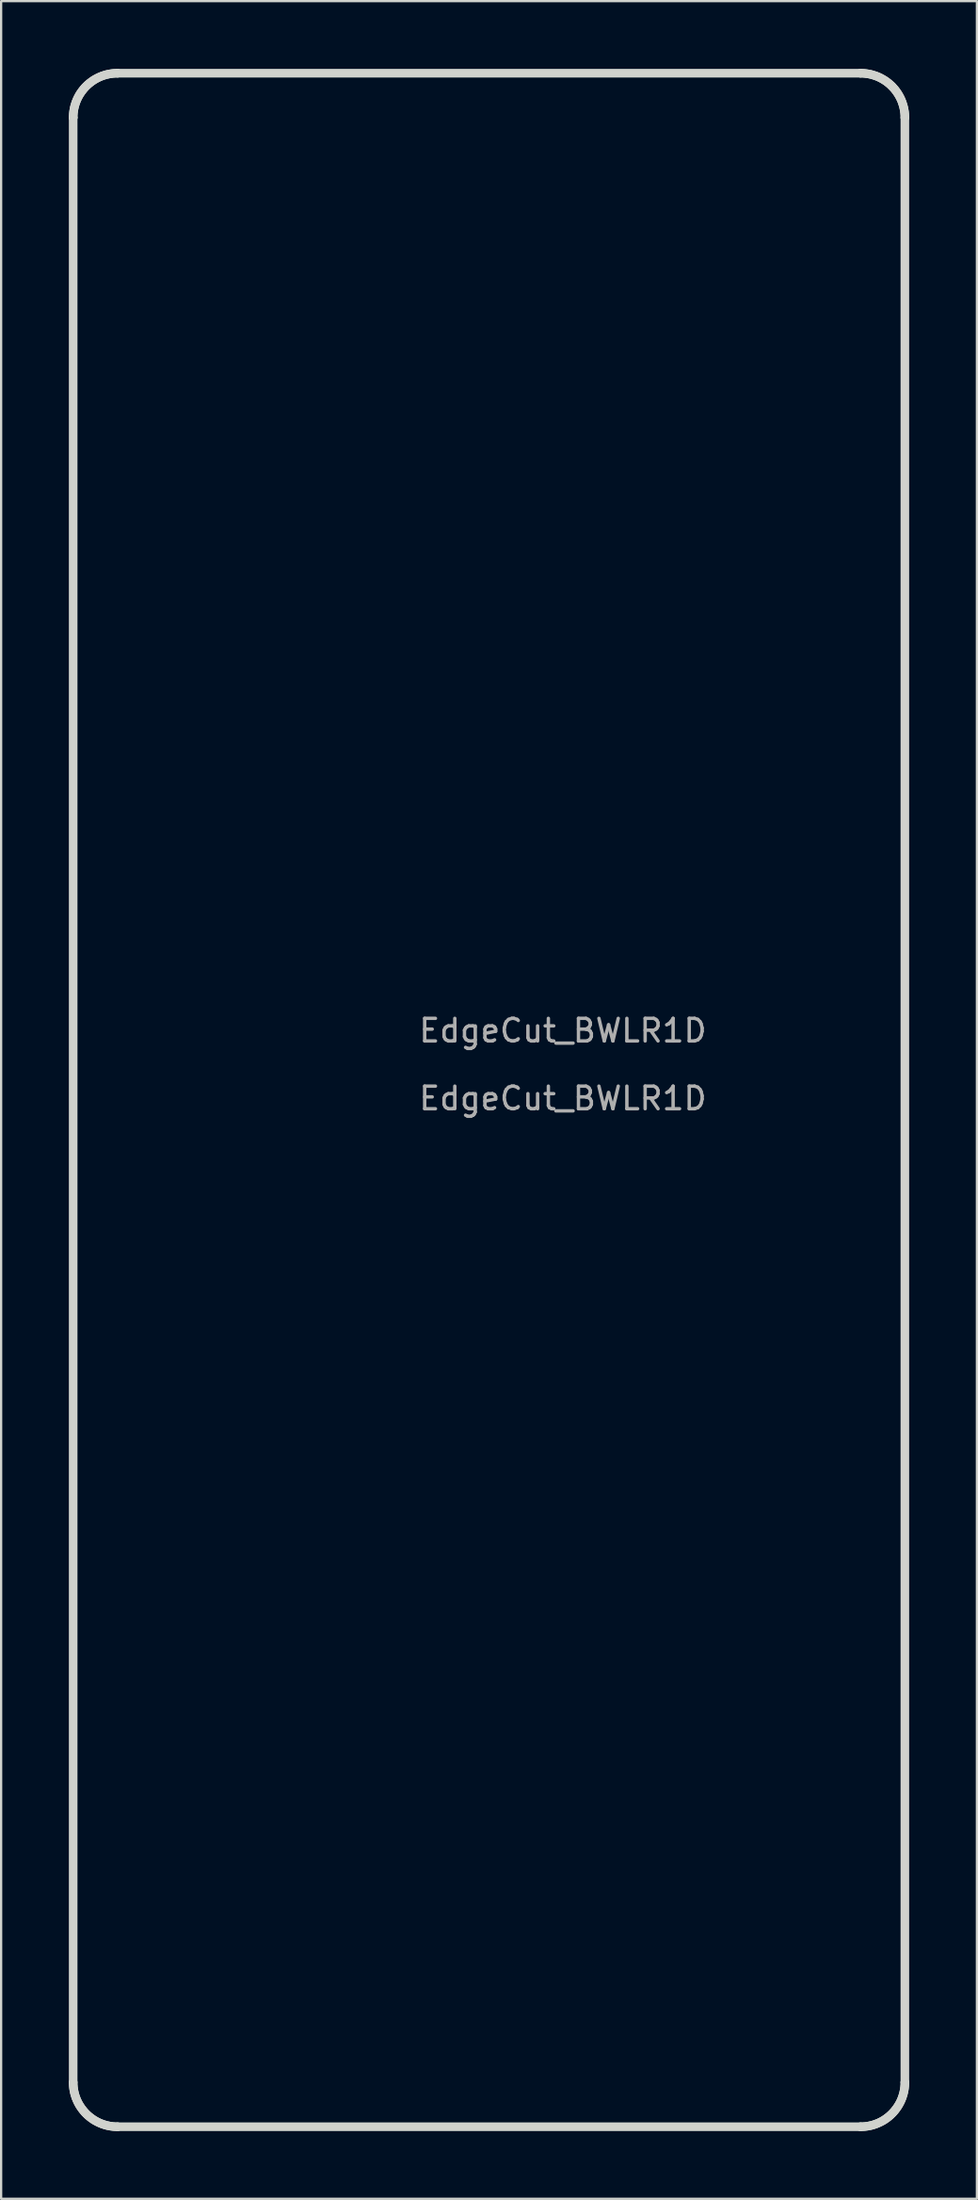
<source format=kicad_pcb>
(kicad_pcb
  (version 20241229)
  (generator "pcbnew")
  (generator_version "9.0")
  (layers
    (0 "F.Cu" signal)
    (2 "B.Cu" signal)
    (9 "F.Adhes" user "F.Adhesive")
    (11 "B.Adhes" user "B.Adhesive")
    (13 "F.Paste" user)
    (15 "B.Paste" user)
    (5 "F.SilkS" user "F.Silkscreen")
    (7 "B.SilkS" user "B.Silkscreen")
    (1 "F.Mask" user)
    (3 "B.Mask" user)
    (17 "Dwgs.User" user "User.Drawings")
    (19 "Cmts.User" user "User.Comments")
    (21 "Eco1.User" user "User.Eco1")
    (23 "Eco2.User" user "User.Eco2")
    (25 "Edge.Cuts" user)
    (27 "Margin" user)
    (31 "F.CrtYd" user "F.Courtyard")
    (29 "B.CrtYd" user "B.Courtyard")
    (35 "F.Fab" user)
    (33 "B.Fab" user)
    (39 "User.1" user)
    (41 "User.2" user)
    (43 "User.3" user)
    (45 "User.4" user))
  (footprint "EdgeCut_BWLR1D"
    (layer "F.Cu")
    (at 21.875 43.065)
    (property "Reference" "EdgeCut_BWLR1D" (at 0 -0.5 0) (unlocked yes) (layer "F.Fab") (effects (font (size 1 1) (thickness 0.15))))
    (attr smd)
    (fp_line (start -21.685 -40.912) (end -21.685 -40.912) (stroke (width 0.381) (type solid)) (layer "Edge.Cuts"))
    (fp_line (start -21.685 -40.912) (end -21.685 -40.912) (stroke (width 0.381) (type solid)) (layer "Edge.Cuts"))
    (fp_line (start -21.685 -40.912) (end -21.682 -41.013) (stroke (width 0.381) (type solid)) (layer "Edge.Cuts"))
    (fp_line (start -21.685 46.047) (end -21.685 -40.912) (stroke (width 0.381) (type solid)) (layer "Edge.Cuts"))
    (fp_line (start -21.685 46.047) (end -21.685 46.047) (stroke (width 0.381) (type solid)) (layer "Edge.Cuts"))
    (fp_line (start -21.682 -41.013) (end -21.675 -41.112) (stroke (width 0.381) (type solid)) (layer "Edge.Cuts"))
    (fp_line (start -21.682 46.148) (end -21.685 46.047) (stroke (width 0.381) (type solid)) (layer "Edge.Cuts"))
    (fp_line (start -21.675 -41.112) (end -21.662 -41.211) (stroke (width 0.381) (type solid)) (layer "Edge.Cuts"))
    (fp_line (start -21.675 46.247) (end -21.682 46.148) (stroke (width 0.381) (type solid)) (layer "Edge.Cuts"))
    (fp_line (start -21.662 -41.211) (end -21.645 -41.307) (stroke (width 0.381) (type solid)) (layer "Edge.Cuts"))
    (fp_line (start -21.662 46.346) (end -21.675 46.247) (stroke (width 0.381) (type solid)) (layer "Edge.Cuts"))
    (fp_line (start -21.645 -41.307) (end -21.623 -41.402) (stroke (width 0.381) (type solid)) (layer "Edge.Cuts"))
    (fp_line (start -21.645 46.442) (end -21.662 46.346) (stroke (width 0.381) (type solid)) (layer "Edge.Cuts"))
    (fp_line (start -21.623 -41.402) (end -21.597 -41.495) (stroke (width 0.381) (type solid)) (layer "Edge.Cuts"))
    (fp_line (start -21.623 46.537) (end -21.645 46.442) (stroke (width 0.381) (type solid)) (layer "Edge.Cuts"))
    (fp_line (start -21.597 -41.495) (end -21.566 -41.587) (stroke (width 0.381) (type solid)) (layer "Edge.Cuts"))
    (fp_line (start -21.597 46.631) (end -21.623 46.537) (stroke (width 0.381) (type solid)) (layer "Edge.Cuts"))
    (fp_line (start -21.566 -41.587) (end -21.53 -41.676) (stroke (width 0.381) (type solid)) (layer "Edge.Cuts"))
    (fp_line (start -21.566 46.722) (end -21.597 46.631) (stroke (width 0.381) (type solid)) (layer "Edge.Cuts"))
    (fp_line (start -21.53 -41.676) (end -21.491 -41.763) (stroke (width 0.381) (type solid)) (layer "Edge.Cuts"))
    (fp_line (start -21.53 46.811) (end -21.566 46.722) (stroke (width 0.381) (type solid)) (layer "Edge.Cuts"))
    (fp_line (start -21.491 -41.763) (end -21.448 -41.847) (stroke (width 0.381) (type solid)) (layer "Edge.Cuts"))
    (fp_line (start -21.491 46.898) (end -21.53 46.811) (stroke (width 0.381) (type solid)) (layer "Edge.Cuts"))
    (fp_line (start -21.448 -41.847) (end -21.401 -41.93) (stroke (width 0.381) (type solid)) (layer "Edge.Cuts"))
    (fp_line (start -21.448 46.983) (end -21.491 46.898) (stroke (width 0.381) (type solid)) (layer "Edge.Cuts"))
    (fp_line (start -21.401 -41.93) (end -21.349 -42.009) (stroke (width 0.381) (type solid)) (layer "Edge.Cuts"))
    (fp_line (start -21.401 47.065) (end -21.448 46.983) (stroke (width 0.381) (type solid)) (layer "Edge.Cuts"))
    (fp_line (start -21.349 -42.009) (end -21.295 -42.086) (stroke (width 0.381) (type solid)) (layer "Edge.Cuts"))
    (fp_line (start -21.349 47.144) (end -21.401 47.065) (stroke (width 0.381) (type solid)) (layer "Edge.Cuts"))
    (fp_line (start -21.295 -42.086) (end -21.236 -42.161) (stroke (width 0.381) (type solid)) (layer "Edge.Cuts"))
    (fp_line (start -21.295 47.221) (end -21.349 47.144) (stroke (width 0.381) (type solid)) (layer "Edge.Cuts"))
    (fp_line (start -21.236 -42.161) (end -21.175 -42.232) (stroke (width 0.381) (type solid)) (layer "Edge.Cuts"))
    (fp_line (start -21.236 47.296) (end -21.295 47.221) (stroke (width 0.381) (type solid)) (layer "Edge.Cuts"))
    (fp_line (start -21.175 -42.232) (end -21.11 -42.3) (stroke (width 0.381) (type solid)) (layer "Edge.Cuts"))
    (fp_line (start -21.175 47.367) (end -21.236 47.296) (stroke (width 0.381) (type solid)) (layer "Edge.Cuts"))
    (fp_line (start -21.11 -42.3) (end -21.042 -42.365) (stroke (width 0.381) (type solid)) (layer "Edge.Cuts"))
    (fp_line (start -21.11 47.435) (end -21.175 47.367) (stroke (width 0.381) (type solid)) (layer "Edge.Cuts"))
    (fp_line (start -21.042 -42.365) (end -20.97 -42.427) (stroke (width 0.381) (type solid)) (layer "Edge.Cuts"))
    (fp_line (start -21.042 47.5) (end -21.11 47.435) (stroke (width 0.381) (type solid)) (layer "Edge.Cuts"))
    (fp_line (start -20.97 -42.427) (end -20.896 -42.485) (stroke (width 0.381) (type solid)) (layer "Edge.Cuts"))
    (fp_line (start -20.97 47.562) (end -21.042 47.5) (stroke (width 0.381) (type solid)) (layer "Edge.Cuts"))
    (fp_line (start -20.896 -42.485) (end -20.819 -42.54) (stroke (width 0.381) (type solid)) (layer "Edge.Cuts"))
    (fp_line (start -20.896 47.62) (end -20.97 47.562) (stroke (width 0.381) (type solid)) (layer "Edge.Cuts"))
    (fp_line (start -20.819 -42.54) (end -20.74 -42.591) (stroke (width 0.381) (type solid)) (layer "Edge.Cuts"))
    (fp_line (start -20.819 47.675) (end -20.896 47.62) (stroke (width 0.381) (type solid)) (layer "Edge.Cuts"))
    (fp_line (start -20.74 -42.591) (end -20.657 -42.638) (stroke (width 0.381) (type solid)) (layer "Edge.Cuts"))
    (fp_line (start -20.74 47.726) (end -20.819 47.675) (stroke (width 0.381) (type solid)) (layer "Edge.Cuts"))
    (fp_line (start -20.657 -42.638) (end -20.573 -42.681) (stroke (width 0.381) (type solid)) (layer "Edge.Cuts"))
    (fp_line (start -20.657 47.773) (end -20.74 47.726) (stroke (width 0.381) (type solid)) (layer "Edge.Cuts"))
    (fp_line (start -20.573 -42.681) (end -20.486 -42.721) (stroke (width 0.381) (type solid)) (layer "Edge.Cuts"))
    (fp_line (start -20.573 47.816) (end -20.657 47.773) (stroke (width 0.381) (type solid)) (layer "Edge.Cuts"))
    (fp_line (start -20.486 -42.721) (end -20.397 -42.756) (stroke (width 0.381) (type solid)) (layer "Edge.Cuts"))
    (fp_line (start -20.486 47.856) (end -20.573 47.816) (stroke (width 0.381) (type solid)) (layer "Edge.Cuts"))
    (fp_line (start -20.397 -42.756) (end -20.305 -42.787) (stroke (width 0.381) (type solid)) (layer "Edge.Cuts"))
    (fp_line (start -20.397 47.891) (end -20.486 47.856) (stroke (width 0.381) (type solid)) (layer "Edge.Cuts"))
    (fp_line (start -20.305 -42.787) (end -20.212 -42.813) (stroke (width 0.381) (type solid)) (layer "Edge.Cuts"))
    (fp_line (start -20.305 47.922) (end -20.397 47.891) (stroke (width 0.381) (type solid)) (layer "Edge.Cuts"))
    (fp_line (start -20.212 -42.813) (end -20.117 -42.835) (stroke (width 0.381) (type solid)) (layer "Edge.Cuts"))
    (fp_line (start -20.212 47.948) (end -20.305 47.922) (stroke (width 0.381) (type solid)) (layer "Edge.Cuts"))
    (fp_line (start -20.117 -42.835) (end -20.02 -42.852) (stroke (width 0.381) (type solid)) (layer "Edge.Cuts"))
    (fp_line (start -20.117 47.97) (end -20.212 47.948) (stroke (width 0.381) (type solid)) (layer "Edge.Cuts"))
    (fp_line (start -20.02 -42.852) (end -19.922 -42.865) (stroke (width 0.381) (type solid)) (layer "Edge.Cuts"))
    (fp_line (start -20.02 47.987) (end -20.117 47.97) (stroke (width 0.381) (type solid)) (layer "Edge.Cuts"))
    (fp_line (start -19.922 -42.865) (end -19.823 -42.872) (stroke (width 0.381) (type solid)) (layer "Edge.Cuts"))
    (fp_line (start -19.922 48) (end -20.02 47.987) (stroke (width 0.381) (type solid)) (layer "Edge.Cuts"))
    (fp_line (start -19.823 -42.872) (end -19.721 -42.875) (stroke (width 0.381) (type solid)) (layer "Edge.Cuts"))
    (fp_line (start -19.823 48.007) (end -19.922 48) (stroke (width 0.381) (type solid)) (layer "Edge.Cuts"))
    (fp_line (start -19.721 -42.875) (end -19.721 -42.875) (stroke (width 0.381) (type solid)) (layer "Edge.Cuts"))
    (fp_line (start -19.721 -42.875) (end 13.18 -42.875) (stroke (width 0.381) (type solid)) (layer "Edge.Cuts"))
    (fp_line (start -19.721 48.01) (end -19.823 48.007) (stroke (width 0.381) (type solid)) (layer "Edge.Cuts"))
    (fp_line (start -19.721 48.01) (end -19.721 48.01) (stroke (width 0.381) (type solid)) (layer "Edge.Cuts"))
    (fp_line (start 13.18 -42.875) (end 13.18 -42.875) (stroke (width 0.381) (type solid)) (layer "Edge.Cuts"))
    (fp_line (start 13.18 -42.875) (end 13.277 -42.873) (stroke (width 0.381) (type solid)) (layer "Edge.Cuts"))
    (fp_line (start 13.18 48.01) (end -19.721 48.01) (stroke (width 0.381) (type solid)) (layer "Edge.Cuts"))
    (fp_line (start 13.18 48.01) (end 13.18 48.01) (stroke (width 0.381) (type solid)) (layer "Edge.Cuts"))
    (fp_line (start 13.277 -42.873) (end 13.374 -42.865) (stroke (width 0.381) (type solid)) (layer "Edge.Cuts"))
    (fp_line (start 13.281 48.007) (end 13.18 48.01) (stroke (width 0.381) (type solid)) (layer "Edge.Cuts"))
    (fp_line (start 13.374 -42.865) (end 13.47 -42.853) (stroke (width 0.381) (type solid)) (layer "Edge.Cuts"))
    (fp_line (start 13.381 48) (end 13.281 48.007) (stroke (width 0.381) (type solid)) (layer "Edge.Cuts"))
    (fp_line (start 13.47 -42.853) (end 13.565 -42.837) (stroke (width 0.381) (type solid)) (layer "Edge.Cuts"))
    (fp_line (start 13.479 47.987) (end 13.381 48) (stroke (width 0.381) (type solid)) (layer "Edge.Cuts"))
    (fp_line (start 13.565 -42.837) (end 13.658 -42.816) (stroke (width 0.381) (type solid)) (layer "Edge.Cuts"))
    (fp_line (start 13.576 47.97) (end 13.479 47.987) (stroke (width 0.381) (type solid)) (layer "Edge.Cuts"))
    (fp_line (start 13.658 -42.816) (end 13.751 -42.79) (stroke (width 0.381) (type solid)) (layer "Edge.Cuts"))
    (fp_line (start 13.671 47.948) (end 13.576 47.97) (stroke (width 0.381) (type solid)) (layer "Edge.Cuts"))
    (fp_line (start 13.751 -42.79) (end 13.842 -42.76) (stroke (width 0.381) (type solid)) (layer "Edge.Cuts"))
    (fp_line (start 13.764 47.922) (end 13.671 47.948) (stroke (width 0.381) (type solid)) (layer "Edge.Cuts"))
    (fp_line (start 13.842 -42.76) (end 13.931 -42.726) (stroke (width 0.381) (type solid)) (layer "Edge.Cuts"))
    (fp_line (start 13.855 47.891) (end 13.764 47.922) (stroke (width 0.381) (type solid)) (layer "Edge.Cuts"))
    (fp_line (start 13.931 -42.726) (end 14.019 -42.687) (stroke (width 0.381) (type solid)) (layer "Edge.Cuts"))
    (fp_line (start 13.944 47.856) (end 13.855 47.891) (stroke (width 0.381) (type solid)) (layer "Edge.Cuts"))
    (fp_line (start 14.019 -42.687) (end 14.104 -42.644) (stroke (width 0.381) (type solid)) (layer "Edge.Cuts"))
    (fp_line (start 14.031 47.816) (end 13.944 47.856) (stroke (width 0.381) (type solid)) (layer "Edge.Cuts"))
    (fp_line (start 14.104 -42.644) (end 14.188 -42.596) (stroke (width 0.381) (type solid)) (layer "Edge.Cuts"))
    (fp_line (start 14.116 47.773) (end 14.031 47.816) (stroke (width 0.381) (type solid)) (layer "Edge.Cuts"))
    (fp_line (start 14.188 -42.596) (end 14.269 -42.545) (stroke (width 0.381) (type solid)) (layer "Edge.Cuts"))
    (fp_line (start 14.198 47.726) (end 14.116 47.773) (stroke (width 0.381) (type solid)) (layer "Edge.Cuts"))
    (fp_line (start 14.269 -42.545) (end 14.348 -42.49) (stroke (width 0.381) (type solid)) (layer "Edge.Cuts"))
    (fp_line (start 14.278 47.675) (end 14.198 47.726) (stroke (width 0.381) (type solid)) (layer "Edge.Cuts"))
    (fp_line (start 14.348 -42.49) (end 14.424 -42.43) (stroke (width 0.381) (type solid)) (layer "Edge.Cuts"))
    (fp_line (start 14.355 47.62) (end 14.278 47.675) (stroke (width 0.381) (type solid)) (layer "Edge.Cuts"))
    (fp_line (start 14.424 -42.43) (end 14.498 -42.367) (stroke (width 0.381) (type solid)) (layer "Edge.Cuts"))
    (fp_line (start 14.429 47.562) (end 14.355 47.62) (stroke (width 0.381) (type solid)) (layer "Edge.Cuts"))
    (fp_line (start 14.498 -42.367) (end 14.568 -42.3) (stroke (width 0.381) (type solid)) (layer "Edge.Cuts"))
    (fp_line (start 14.5 47.5) (end 14.429 47.562) (stroke (width 0.381) (type solid)) (layer "Edge.Cuts"))
    (fp_line (start 14.568 47.435) (end 14.5 47.5) (stroke (width 0.381) (type solid)) (layer "Edge.Cuts"))
    (fp_line (start 14.568 -42.3) (end 14.568 -42.3) (stroke (width 0.381) (type solid)) (layer "Edge.Cuts"))
    (fp_line (start 14.568 -42.3) (end 14.635 -42.229) (stroke (width 0.381) (type solid)) (layer "Edge.Cuts"))
    (fp_line (start 14.633 47.367) (end 14.568 47.435) (stroke (width 0.381) (type solid)) (layer "Edge.Cuts"))
    (fp_line (start 14.635 -42.229) (end 14.699 -42.156) (stroke (width 0.381) (type solid)) (layer "Edge.Cuts"))
    (fp_line (start 14.695 47.296) (end 14.633 47.367) (stroke (width 0.381) (type solid)) (layer "Edge.Cuts"))
    (fp_line (start 14.699 -42.156) (end 14.758 -42.08) (stroke (width 0.381) (type solid)) (layer "Edge.Cuts"))
    (fp_line (start 14.753 47.221) (end 14.695 47.296) (stroke (width 0.381) (type solid)) (layer "Edge.Cuts"))
    (fp_line (start 14.758 -42.08) (end 14.813 -42.001) (stroke (width 0.381) (type solid)) (layer "Edge.Cuts"))
    (fp_line (start 14.808 47.144) (end 14.753 47.221) (stroke (width 0.381) (type solid)) (layer "Edge.Cuts"))
    (fp_line (start 14.813 -42.001) (end 14.865 -41.92) (stroke (width 0.381) (type solid)) (layer "Edge.Cuts"))
    (fp_line (start 14.859 47.065) (end 14.808 47.144) (stroke (width 0.381) (type solid)) (layer "Edge.Cuts"))
    (fp_line (start 14.865 -41.92) (end 14.912 -41.836) (stroke (width 0.381) (type solid)) (layer "Edge.Cuts"))
    (fp_line (start 14.906 46.983) (end 14.859 47.065) (stroke (width 0.381) (type solid)) (layer "Edge.Cuts"))
    (fp_line (start 14.912 -41.836) (end 14.955 -41.751) (stroke (width 0.381) (type solid)) (layer "Edge.Cuts"))
    (fp_line (start 14.95 46.898) (end 14.906 46.983) (stroke (width 0.381) (type solid)) (layer "Edge.Cuts"))
    (fp_line (start 14.955 -41.751) (end 14.994 -41.663) (stroke (width 0.381) (type solid)) (layer "Edge.Cuts"))
    (fp_line (start 14.989 46.811) (end 14.95 46.898) (stroke (width 0.381) (type solid)) (layer "Edge.Cuts"))
    (fp_line (start 14.994 -41.663) (end 15.028 -41.574) (stroke (width 0.381) (type solid)) (layer "Edge.Cuts"))
    (fp_line (start 15.024 46.722) (end 14.989 46.811) (stroke (width 0.381) (type solid)) (layer "Edge.Cuts"))
    (fp_line (start 15.028 -41.574) (end 15.058 -41.483) (stroke (width 0.381) (type solid)) (layer "Edge.Cuts"))
    (fp_line (start 15.055 46.631) (end 15.024 46.722) (stroke (width 0.381) (type solid)) (layer "Edge.Cuts"))
    (fp_line (start 15.058 -41.483) (end 15.084 -41.39) (stroke (width 0.381) (type solid)) (layer "Edge.Cuts"))
    (fp_line (start 15.081 46.537) (end 15.055 46.631) (stroke (width 0.381) (type solid)) (layer "Edge.Cuts"))
    (fp_line (start 15.084 -41.39) (end 15.105 -41.296) (stroke (width 0.381) (type solid)) (layer "Edge.Cuts"))
    (fp_line (start 15.103 46.442) (end 15.081 46.537) (stroke (width 0.381) (type solid)) (layer "Edge.Cuts"))
    (fp_line (start 15.105 -41.296) (end 15.122 -41.202) (stroke (width 0.381) (type solid)) (layer "Edge.Cuts"))
    (fp_line (start 15.121 46.346) (end 15.103 46.442) (stroke (width 0.381) (type solid)) (layer "Edge.Cuts"))
    (fp_line (start 15.122 -41.202) (end 15.134 -41.106) (stroke (width 0.381) (type solid)) (layer "Edge.Cuts"))
    (fp_line (start 15.133 46.247) (end 15.121 46.346) (stroke (width 0.381) (type solid)) (layer "Edge.Cuts"))
    (fp_line (start 15.134 -41.106) (end 15.141 -41.009) (stroke (width 0.381) (type solid)) (layer "Edge.Cuts"))
    (fp_line (start 15.141 46.148) (end 15.133 46.247) (stroke (width 0.381) (type solid)) (layer "Edge.Cuts"))
    (fp_line (start 15.141 -41.009) (end 15.143 -40.912) (stroke (width 0.381) (type solid)) (layer "Edge.Cuts"))
    (fp_line (start 15.143 -40.912) (end 15.143 -40.912) (stroke (width 0.381) (type solid)) (layer "Edge.Cuts"))
    (fp_line (start 15.143 -40.912) (end 15.143 46.047) (stroke (width 0.381) (type solid)) (layer "Edge.Cuts"))
    (fp_line (start 15.143 46.047) (end 15.141 46.148) (stroke (width 0.381) (type solid)) (layer "Edge.Cuts"))
    (fp_line (start 15.143 46.047) (end 15.143 46.047) (stroke (width 0.381) (type solid)) (layer "Edge.Cuts"))
    (fp_text user "${REFERENCE}" (at 0 2.5 0) (unlocked yes) (layer "F.Fab") (effects (font (size 1 1) (thickness 0.15)))))
  (gr_rect
    (start -3 -3)
    (end 40.209 94.266)
    (stroke (width 0.1) (type default))
    (fill no)
    (layer "Edge.Cuts")))
</source>
